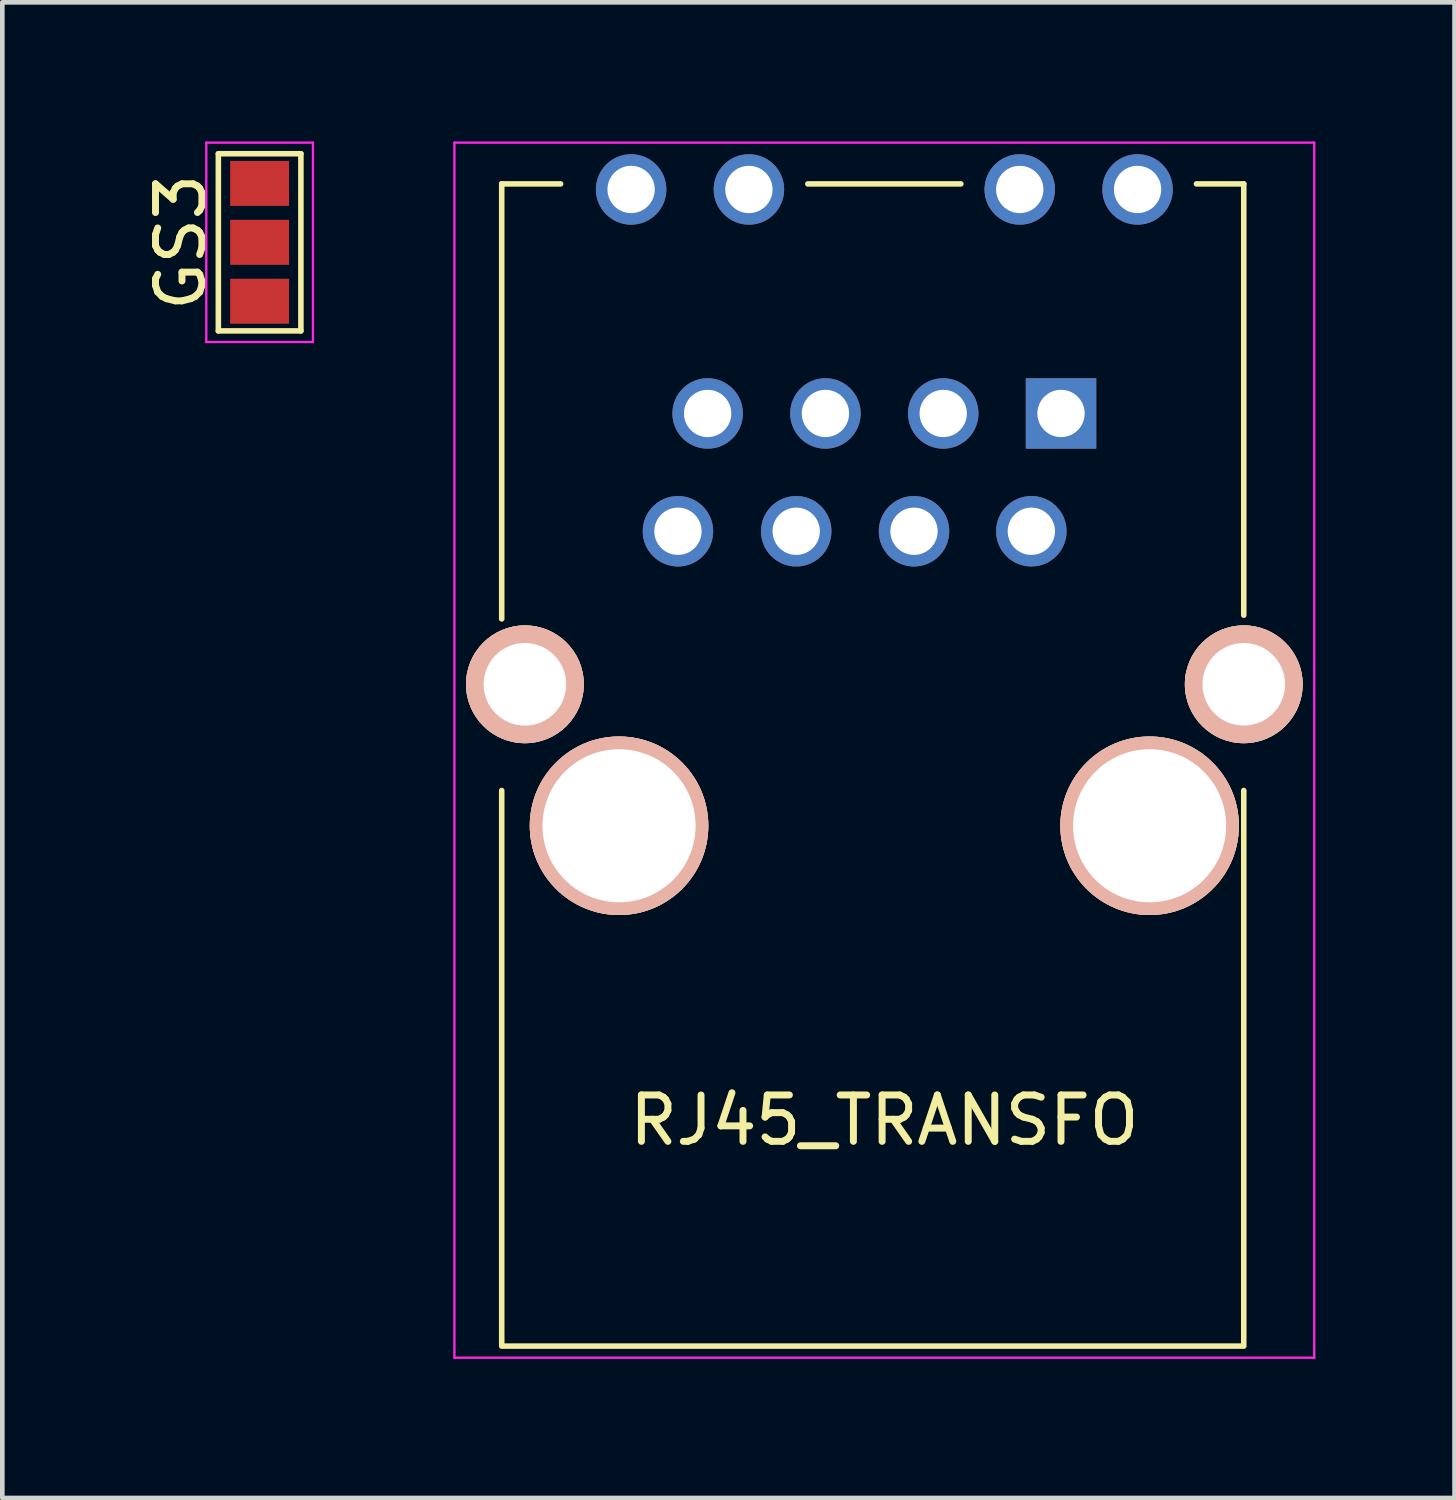
<source format=kicad_pcb>
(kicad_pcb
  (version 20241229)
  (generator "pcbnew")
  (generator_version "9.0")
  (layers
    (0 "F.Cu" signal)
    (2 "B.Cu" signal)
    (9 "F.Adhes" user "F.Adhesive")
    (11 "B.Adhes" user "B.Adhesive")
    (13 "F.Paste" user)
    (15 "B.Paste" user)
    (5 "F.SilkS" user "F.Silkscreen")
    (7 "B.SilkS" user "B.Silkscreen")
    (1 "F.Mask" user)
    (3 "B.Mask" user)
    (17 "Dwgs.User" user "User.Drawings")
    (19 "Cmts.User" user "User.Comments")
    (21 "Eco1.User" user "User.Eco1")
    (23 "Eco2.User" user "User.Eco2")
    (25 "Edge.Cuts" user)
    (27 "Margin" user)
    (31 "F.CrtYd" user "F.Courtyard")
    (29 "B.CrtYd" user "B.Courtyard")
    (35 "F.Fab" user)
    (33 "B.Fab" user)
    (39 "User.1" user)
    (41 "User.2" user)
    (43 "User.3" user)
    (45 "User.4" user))
  (footprint "RJ45_TRANSFO"
    (layer "F.Cu")
    (at 19.828 5.865)
    (property "Reference" "RJ45_TRANSFO" (at -3.81 15.24 0) (layer "F.SilkS") (effects (font (size 1 1) (thickness 0.15))))
    (attr through_hole)
    (fp_line (start -12.06 -4.95) (end -12.06 4.43) (stroke (width 0.12) (type solid)) (layer "F.SilkS"))
    (fp_line (start -12.06 -4.95) (end -10.79 -4.95) (stroke (width 0.12) (type solid)) (layer "F.SilkS"))
    (fp_line (start -12.06 20.07) (end -12.06 8.13) (stroke (width 0.12) (type solid)) (layer "F.SilkS"))
    (fp_line (start -12.06 20.11) (end 3.94 20.11) (stroke (width 0.12) (type solid)) (layer "F.SilkS"))
    (fp_line (start -5.46 -4.95) (end -2.16 -4.95) (stroke (width 0.12) (type solid)) (layer "F.SilkS"))
    (fp_line (start 3.94 -4.95) (end 2.92 -4.95) (stroke (width 0.12) (type solid)) (layer "F.SilkS"))
    (fp_line (start 3.94 -4.95) (end 3.94 4.35) (stroke (width 0.12) (type solid)) (layer "F.SilkS"))
    (fp_line (start 3.94 20.07) (end 3.94 8.13) (stroke (width 0.12) (type solid)) (layer "F.SilkS"))
    (fp_line (start -13.08 -5.84) (end -13.08 20.36) (stroke (width 0.05) (type solid)) (layer "F.CrtYd"))
    (fp_line (start -13.08 -5.84) (end 5.46 -5.84) (stroke (width 0.05) (type solid)) (layer "F.CrtYd"))
    (fp_line (start 5.46 20.36) (end -13.08 20.36) (stroke (width 0.05) (type solid)) (layer "F.CrtYd"))
    (fp_line (start 5.46 20.36) (end 5.46 -5.84) (stroke (width 0.05) (type solid)) (layer "F.CrtYd"))
    (pad "1" thru_hole rect (at 0 0) (size 1.52 1.52) (drill 1.02) (layers "*.Cu" "*.Mask"))
    (pad "2" thru_hole circle (at -0.64 2.54) (size 1.52 1.52) (drill 1.02) (layers "*.Cu" "*.Mask"))
    (pad "3" thru_hole circle (at -2.54 0) (size 1.52 1.52) (drill 1.02) (layers "*.Cu" "*.Mask"))
    (pad "4" thru_hole circle (at -3.17 2.54) (size 1.52 1.52) (drill 1.02) (layers "*.Cu" "*.Mask"))
    (pad "5" thru_hole circle (at -5.08 0) (size 1.52 1.52) (drill 1.02) (layers "*.Cu" "*.Mask"))
    (pad "6" thru_hole circle (at -5.71 2.54) (size 1.52 1.52) (drill 1.02) (layers "*.Cu" "*.Mask"))
    (pad "7" thru_hole circle (at -7.62 0) (size 1.52 1.52) (drill 1.02) (layers "*.Cu" "*.Mask"))
    (pad "8" thru_hole circle (at -8.26 2.54) (size 1.52 1.52) (drill 1.02) (layers "*.Cu" "*.Mask"))
    (pad "13" thru_hole circle (at -11.56 5.84) (size 2.54 2.54) (drill 1.78) (layers "*.Cu" "*.SilkS" "*.Mask"))
    (pad "13" thru_hole circle (at 3.94 5.84) (size 2.54 2.54) (drill 1.78) (layers "*.Cu" "*.SilkS" "*.Mask"))
    (pad "GA" thru_hole circle (at -0.89 -4.83) (size 1.52 1.52) (drill 1.02) (layers "*.Cu" "*.Mask"))
    (pad "GK" thru_hole circle (at 1.65 -4.83) (size 1.52 1.52) (drill 1.02) (layers "*.Cu" "*.Mask"))
    (pad "Hole" thru_hole circle (at -9.53 8.89) (size 3.85 3.85) (drill 3.3) (layers "*.Cu" "*.SilkS" "*.Mask"))
    (pad "Hole" thru_hole circle (at 1.91 8.89) (size 3.85 3.85) (drill 3.3) (layers "*.Cu" "*.SilkS" "*.Mask"))
    (pad "YA" thru_hole circle (at -9.27 -4.83) (size 1.52 1.52) (drill 1.02) (layers "*.Cu" "*.Mask"))
    (pad "YK" thru_hole circle (at -6.73 -4.83) (size 1.52 1.52) (drill 1.02) (layers "*.Cu" "*.Mask")))
  (footprint "GS3"
    (layer "F.Cu")
    (at 2.548 2.175)
    (property "Reference" "GS3" (at -1.7 0 90) (layer "F.SilkS") (effects (font (size 1 1) (thickness 0.15))))
    (attr smd)
    (fp_line (start -0.89 -1.91) (end -0.89 1.91) (stroke (width 0.12) (type solid)) (layer "F.SilkS"))
    (fp_line (start -0.89 -1.91) (end 0.89 -1.91) (stroke (width 0.12) (type solid)) (layer "F.SilkS"))
    (fp_line (start -0.89 1.91) (end 0.89 1.91) (stroke (width 0.12) (type solid)) (layer "F.SilkS"))
    (fp_line (start 0.89 1.91) (end 0.89 -1.91) (stroke (width 0.12) (type solid)) (layer "F.SilkS"))
    (fp_line (start -1.15 -2.15) (end 1.15 -2.15) (stroke (width 0.05) (type solid)) (layer "F.CrtYd"))
    (fp_line (start -1.15 2.15) (end -1.15 -2.15) (stroke (width 0.05) (type solid)) (layer "F.CrtYd"))
    (fp_line (start 1.15 -2.15) (end 1.15 2.15) (stroke (width 0.05) (type solid)) (layer "F.CrtYd"))
    (fp_line (start 1.15 2.15) (end -1.15 2.15) (stroke (width 0.05) (type solid)) (layer "F.CrtYd"))
    (pad "1" smd rect (at 0 -1.27) (size 1.27 0.97) (layers "F.Cu" "F.Mask" "F.Paste"))
    (pad "2" smd rect (at 0 0) (size 1.27 0.97) (layers "F.Cu" "F.Mask" "F.Paste"))
    (pad "3" smd rect (at 0 1.27) (size 1.27 0.97) (layers "F.Cu" "F.Mask" "F.Paste")))
  (gr_rect
    (start -3 -3)
    (end 28.313 29.25)
    (stroke (width 0.1) (type default))
    (fill no)
    (layer "Edge.Cuts")))
</source>
